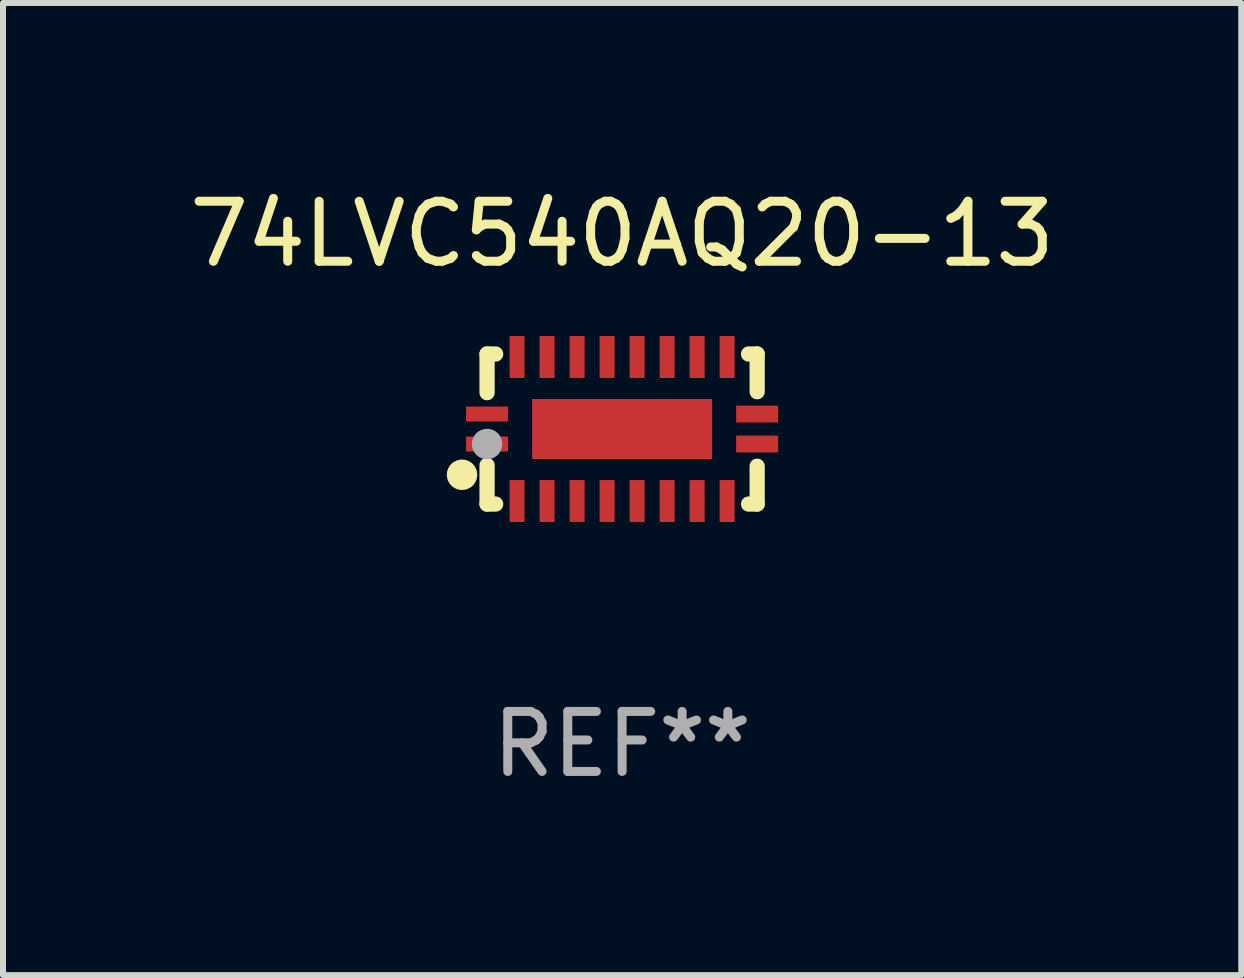
<source format=kicad_pcb>
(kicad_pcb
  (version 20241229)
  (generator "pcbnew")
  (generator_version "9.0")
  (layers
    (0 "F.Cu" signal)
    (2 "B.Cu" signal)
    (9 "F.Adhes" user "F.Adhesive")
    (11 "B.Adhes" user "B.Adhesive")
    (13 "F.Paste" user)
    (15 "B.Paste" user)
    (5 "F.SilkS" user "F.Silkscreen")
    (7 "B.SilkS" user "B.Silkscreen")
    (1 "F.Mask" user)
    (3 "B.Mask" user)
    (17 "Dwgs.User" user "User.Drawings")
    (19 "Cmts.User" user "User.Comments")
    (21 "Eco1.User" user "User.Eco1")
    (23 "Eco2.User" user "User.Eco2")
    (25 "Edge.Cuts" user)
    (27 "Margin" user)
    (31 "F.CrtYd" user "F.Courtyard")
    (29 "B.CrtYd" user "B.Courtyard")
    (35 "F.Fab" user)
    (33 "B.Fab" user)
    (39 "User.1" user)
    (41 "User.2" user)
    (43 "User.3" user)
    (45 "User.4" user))
  (footprint "74LVC540AQ20-13"
    (layer "F.Cu")
    (at 7.315 4.098)
    (property "Reference" "74LVC540AQ20-13" (at 0 -3.25 0) (layer "F.SilkS") (effects (font (size 1 1) (thickness 0.15))))
    (attr through_hole)
    (fp_line (start -2.25 0.605) (end -2.25 1.25) (stroke (width 0.254) (type solid)) (layer "F.SilkS"))
    (fp_line (start -2.25 1.25) (end -2.107 1.25) (stroke (width 0.254) (type solid)) (layer "F.SilkS"))
    (fp_line (start -2.25 -1.25) (end -2.25 -0.606) (stroke (width 0.254) (type solid)) (layer "F.SilkS"))
    (fp_line (start -2.25 -1.25) (end -2.107 -1.25) (stroke (width 0.254) (type solid)) (layer "F.SilkS"))
    (fp_line (start 2.107 -1.25) (end 2.25 -1.25) (stroke (width 0.254) (type solid)) (layer "F.SilkS"))
    (fp_line (start 2.107 1.25) (end 2.25 1.25) (stroke (width 0.254) (type solid)) (layer "F.SilkS"))
    (fp_line (start 2.25 -1.25) (end 2.25 -0.622) (stroke (width 0.254) (type solid)) (layer "F.SilkS"))
    (fp_line (start 2.25 0.62) (end 2.25 1.25) (stroke (width 0.254) (type solid)) (layer "F.SilkS"))
    (fp_circle (center -2.667 0.762) (end -2.54 0.762) (stroke (width 0.254) (type solid)) (fill no) (layer "F.SilkS"))
    (fp_circle (center -2.25 1.25) (end -2.22 1.25) (stroke (width 0.06) (type solid)) (fill no) (layer "F.SilkS"))
    (fp_circle (center -2.25 0.25) (end -2.123 0.25) (stroke (width 0.254) (type solid)) (fill no) (layer "F.Fab"))
    (fp_text user "REF**" (at 0 5.25 0) (layer "F.Fab") (effects (font (size 1 1) (thickness 0.15))))
    (pad "1" smd rect (at -2.25 0.25 180) (size 0.7 0.25) (layers "F.Cu" "F.Mask" "F.Paste"))
    (pad "2" smd rect (at -1.75 1.2 90) (size 0.7 0.25) (layers "F.Cu" "F.Mask" "F.Paste"))
    (pad "3" smd rect (at -1.25 1.2 90) (size 0.7 0.25) (layers "F.Cu" "F.Mask" "F.Paste"))
    (pad "4" smd rect (at -0.75 1.2 90) (size 0.7 0.25) (layers "F.Cu" "F.Mask" "F.Paste"))
    (pad "5" smd rect (at -0.25 1.2 90) (size 0.7 0.25) (layers "F.Cu" "F.Mask" "F.Paste"))
    (pad "6" smd rect (at 0.25 1.2 90) (size 0.7 0.25) (layers "F.Cu" "F.Mask" "F.Paste"))
    (pad "7" smd rect (at 0.75 1.2 90) (size 0.7 0.25) (layers "F.Cu" "F.Mask" "F.Paste"))
    (pad "8" smd rect (at 1.25 1.2 90) (size 0.7 0.25) (layers "F.Cu" "F.Mask" "F.Paste"))
    (pad "9" smd rect (at 1.75 1.2 90) (size 0.7 0.25) (layers "F.Cu" "F.Mask" "F.Paste"))
    (pad "10" smd rect (at 2.25 0.25 180) (size 0.7 0.28) (layers "F.Cu" "F.Mask" "F.Paste"))
    (pad "11" smd rect (at 2.25 -0.25 180) (size 0.7 0.28) (layers "F.Cu" "F.Mask" "F.Paste"))
    (pad "12" smd rect (at 1.75 -1.2 90) (size 0.7 0.25) (layers "F.Cu" "F.Mask" "F.Paste"))
    (pad "13" smd rect (at 1.25 -1.2 90) (size 0.7 0.25) (layers "F.Cu" "F.Mask" "F.Paste"))
    (pad "14" smd rect (at 0.75 -1.2 90) (size 0.7 0.25) (layers "F.Cu" "F.Mask" "F.Paste"))
    (pad "15" smd rect (at 0.25 -1.2 90) (size 0.7 0.25) (layers "F.Cu" "F.Mask" "F.Paste"))
    (pad "16" smd rect (at -0.25 -1.2 90) (size 0.7 0.25) (layers "F.Cu" "F.Mask" "F.Paste"))
    (pad "17" smd rect (at -0.75 -1.2 90) (size 0.7 0.25) (layers "F.Cu" "F.Mask" "F.Paste"))
    (pad "18" smd rect (at -1.25 -1.2 90) (size 0.7 0.25) (layers "F.Cu" "F.Mask" "F.Paste"))
    (pad "19" smd rect (at -1.75 -1.2 90) (size 0.7 0.25) (layers "F.Cu" "F.Mask" "F.Paste"))
    (pad "20" smd rect (at -2.25 -0.25 180) (size 0.7 0.25) (layers "F.Cu" "F.Mask" "F.Paste"))
    (pad "21" smd rect (at 0 -0.000013 180) (size 3 1) (layers "F.Cu" "F.Mask" "F.Paste")))
  (gr_rect
    (start -3 -3)
    (end 17.631 13.197)
    (stroke (width 0.1) (type default))
    (fill no)
    (layer "Edge.Cuts")))
</source>
